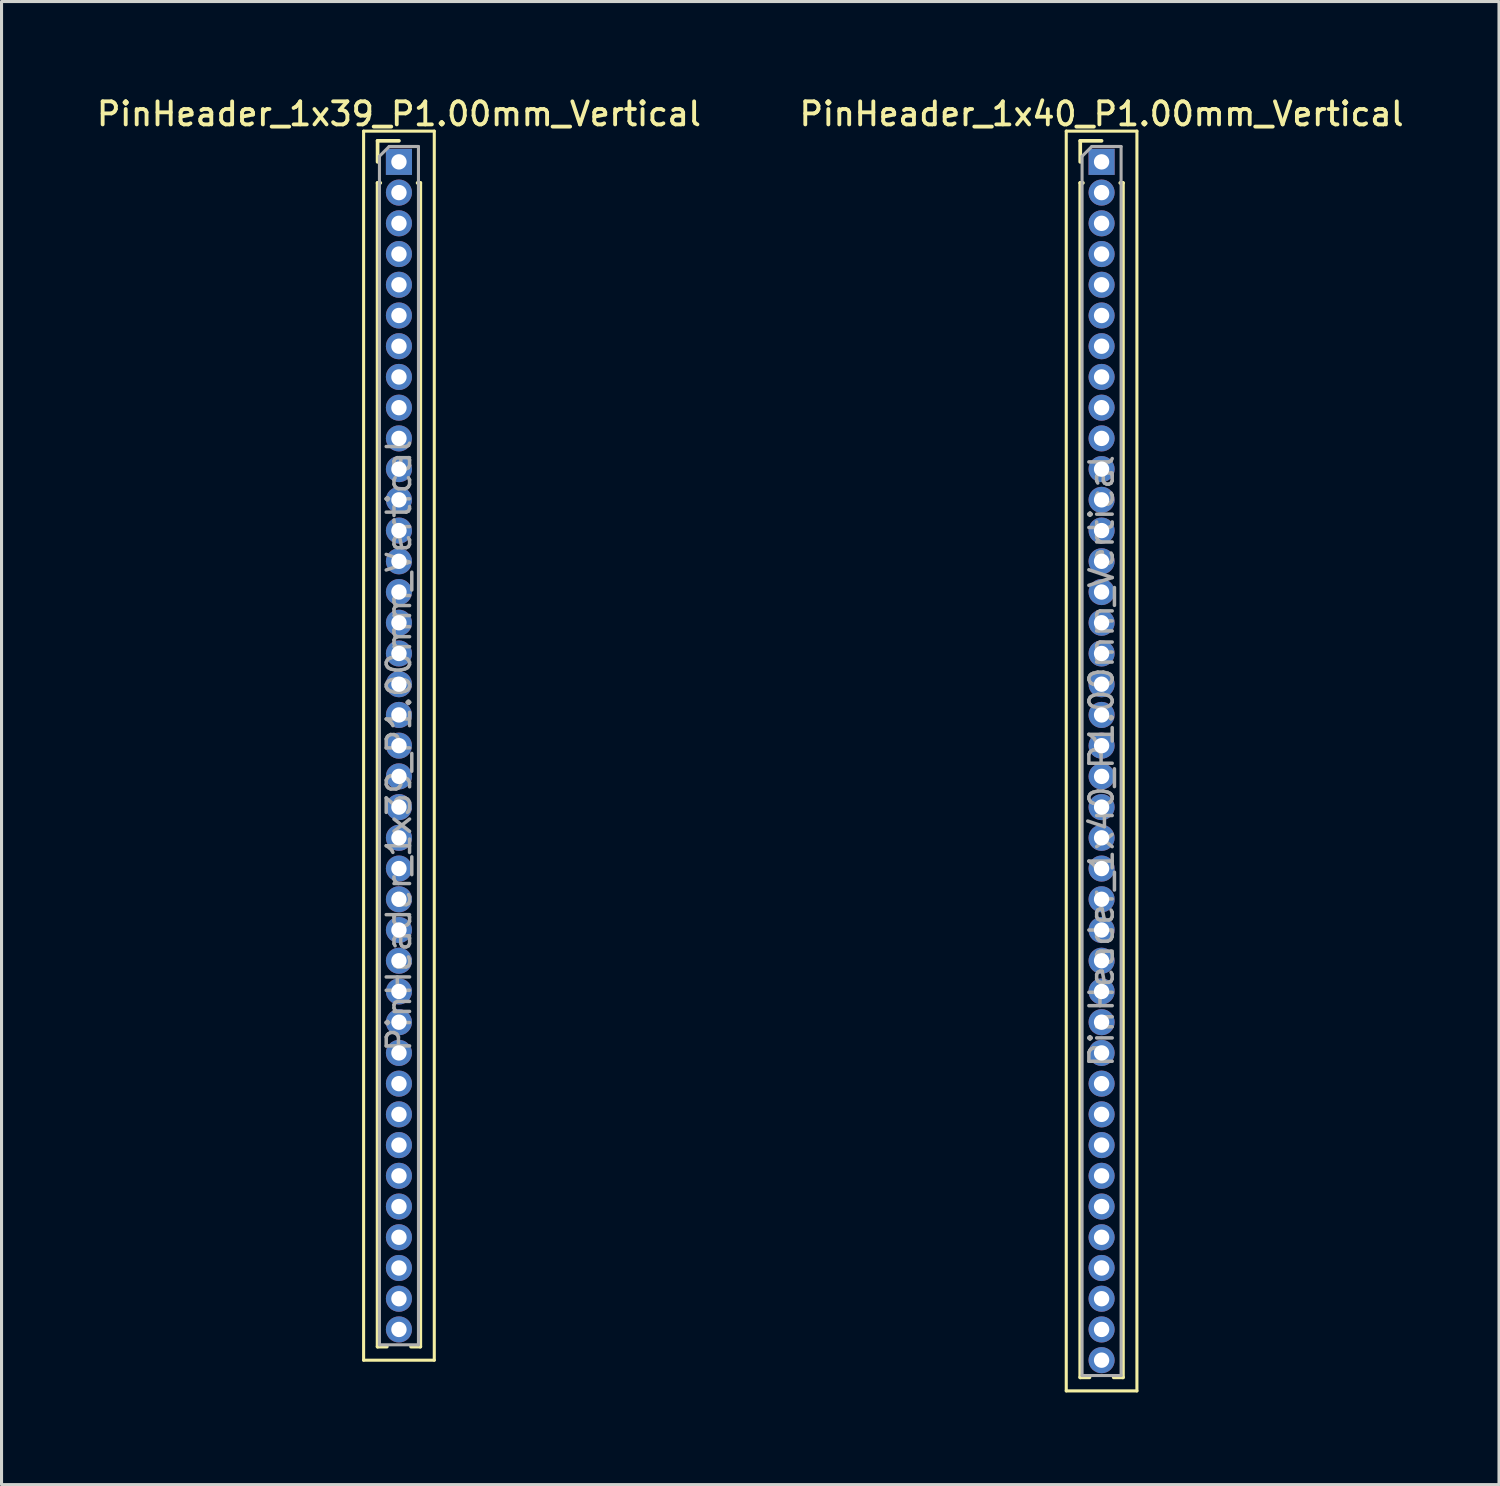
<source format=kicad_pcb>
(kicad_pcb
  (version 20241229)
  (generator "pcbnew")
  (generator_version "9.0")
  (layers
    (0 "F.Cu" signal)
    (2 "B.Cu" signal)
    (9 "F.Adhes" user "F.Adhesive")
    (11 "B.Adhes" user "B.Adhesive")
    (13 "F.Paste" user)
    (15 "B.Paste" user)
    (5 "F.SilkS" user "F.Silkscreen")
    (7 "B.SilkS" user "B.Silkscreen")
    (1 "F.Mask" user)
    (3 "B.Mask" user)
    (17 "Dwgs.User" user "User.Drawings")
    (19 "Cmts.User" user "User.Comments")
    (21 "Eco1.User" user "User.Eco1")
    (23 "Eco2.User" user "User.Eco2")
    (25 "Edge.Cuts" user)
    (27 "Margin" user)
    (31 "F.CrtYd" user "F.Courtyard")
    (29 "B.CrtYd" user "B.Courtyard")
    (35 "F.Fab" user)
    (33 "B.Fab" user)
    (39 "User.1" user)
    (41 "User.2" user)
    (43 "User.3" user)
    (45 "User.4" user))
  (footprint "PinHeader_1x39_P1.00mm_Vertical"
    (layer "F.Cu")
    (at 9.934 2.218)
    (property "Reference" "PinHeader_1x39_P1.00mm_Vertical" (at 0 -1.56 0) (layer "F.SilkS") (effects (font (size 0.75 0.75) (thickness 0.125))))
    (attr through_hole)
    (fp_line (start -1.15 -1) (end -1.15 39) (stroke (width 0.1) (type solid)) (layer "F.SilkS"))
    (fp_line (start -1.15 39) (end 1.15 39) (stroke (width 0.1) (type solid)) (layer "F.SilkS"))
    (fp_line (start -0.695 -0.685) (end 0 -0.685) (stroke (width 0.12) (type solid)) (layer "F.SilkS"))
    (fp_line (start -0.695 0) (end -0.695 -0.685) (stroke (width 0.12) (type solid)) (layer "F.SilkS"))
    (fp_line (start -0.695 0.685) (end -0.695 38.56) (stroke (width 0.12) (type solid)) (layer "F.SilkS"))
    (fp_line (start -0.695 0.685) (end -0.608 0.685) (stroke (width 0.12) (type solid)) (layer "F.SilkS"))
    (fp_line (start -0.695 38.56) (end -0.394 38.56) (stroke (width 0.12) (type solid)) (layer "F.SilkS"))
    (fp_line (start 0.394 38.56) (end 0.695 38.56) (stroke (width 0.12) (type solid)) (layer "F.SilkS"))
    (fp_line (start 0.608 0.685) (end 0.695 0.685) (stroke (width 0.12) (type solid)) (layer "F.SilkS"))
    (fp_line (start 0.695 0.685) (end 0.695 38.56) (stroke (width 0.12) (type solid)) (layer "F.SilkS"))
    (fp_line (start 1.15 -1) (end -1.15 -1) (stroke (width 0.1) (type solid)) (layer "F.SilkS"))
    (fp_line (start 1.15 39) (end 1.15 -1) (stroke (width 0.1) (type solid)) (layer "F.SilkS"))
    (fp_line (start -0.635 -0.182) (end -0.318 -0.5) (stroke (width 0.1) (type solid)) (layer "F.Fab"))
    (fp_line (start -0.635 38.5) (end -0.635 -0.182) (stroke (width 0.1) (type solid)) (layer "F.Fab"))
    (fp_line (start -0.318 -0.5) (end 0.635 -0.5) (stroke (width 0.1) (type solid)) (layer "F.Fab"))
    (fp_line (start 0.635 -0.5) (end 0.635 38.5) (stroke (width 0.1) (type solid)) (layer "F.Fab"))
    (fp_line (start 0.635 38.5) (end -0.635 38.5) (stroke (width 0.1) (type solid)) (layer "F.Fab"))
    (fp_text user "${REFERENCE}" (at 0 19 90) (layer "F.Fab") (effects (font (size 0.76 0.76) (thickness 0.114))))
    (pad "1" thru_hole rect (at 0 0) (size 0.85 0.85) (drill 0.5) (layers "*.Cu" "*.Mask"))
    (pad "2" thru_hole oval (at 0 1) (size 0.85 0.85) (drill 0.5) (layers "*.Cu" "*.Mask"))
    (pad "3" thru_hole oval (at 0 2) (size 0.85 0.85) (drill 0.5) (layers "*.Cu" "*.Mask"))
    (pad "4" thru_hole oval (at 0 3) (size 0.85 0.85) (drill 0.5) (layers "*.Cu" "*.Mask"))
    (pad "5" thru_hole oval (at 0 4) (size 0.85 0.85) (drill 0.5) (layers "*.Cu" "*.Mask"))
    (pad "6" thru_hole oval (at 0 5) (size 0.85 0.85) (drill 0.5) (layers "*.Cu" "*.Mask"))
    (pad "7" thru_hole oval (at 0 6) (size 0.85 0.85) (drill 0.5) (layers "*.Cu" "*.Mask"))
    (pad "8" thru_hole oval (at 0 7) (size 0.85 0.85) (drill 0.5) (layers "*.Cu" "*.Mask"))
    (pad "9" thru_hole oval (at 0 8) (size 0.85 0.85) (drill 0.5) (layers "*.Cu" "*.Mask"))
    (pad "10" thru_hole oval (at 0 9) (size 0.85 0.85) (drill 0.5) (layers "*.Cu" "*.Mask"))
    (pad "11" thru_hole oval (at 0 10) (size 0.85 0.85) (drill 0.5) (layers "*.Cu" "*.Mask"))
    (pad "12" thru_hole oval (at 0 11) (size 0.85 0.85) (drill 0.5) (layers "*.Cu" "*.Mask"))
    (pad "13" thru_hole oval (at 0 12) (size 0.85 0.85) (drill 0.5) (layers "*.Cu" "*.Mask"))
    (pad "14" thru_hole oval (at 0 13) (size 0.85 0.85) (drill 0.5) (layers "*.Cu" "*.Mask"))
    (pad "15" thru_hole oval (at 0 14) (size 0.85 0.85) (drill 0.5) (layers "*.Cu" "*.Mask"))
    (pad "16" thru_hole oval (at 0 15) (size 0.85 0.85) (drill 0.5) (layers "*.Cu" "*.Mask"))
    (pad "17" thru_hole oval (at 0 16) (size 0.85 0.85) (drill 0.5) (layers "*.Cu" "*.Mask"))
    (pad "18" thru_hole oval (at 0 17) (size 0.85 0.85) (drill 0.5) (layers "*.Cu" "*.Mask"))
    (pad "19" thru_hole oval (at 0 18) (size 0.85 0.85) (drill 0.5) (layers "*.Cu" "*.Mask"))
    (pad "20" thru_hole oval (at 0 19) (size 0.85 0.85) (drill 0.5) (layers "*.Cu" "*.Mask"))
    (pad "21" thru_hole oval (at 0 20) (size 0.85 0.85) (drill 0.5) (layers "*.Cu" "*.Mask"))
    (pad "22" thru_hole oval (at 0 21) (size 0.85 0.85) (drill 0.5) (layers "*.Cu" "*.Mask"))
    (pad "23" thru_hole oval (at 0 22) (size 0.85 0.85) (drill 0.5) (layers "*.Cu" "*.Mask"))
    (pad "24" thru_hole oval (at 0 23) (size 0.85 0.85) (drill 0.5) (layers "*.Cu" "*.Mask"))
    (pad "25" thru_hole oval (at 0 24) (size 0.85 0.85) (drill 0.5) (layers "*.Cu" "*.Mask"))
    (pad "26" thru_hole oval (at 0 25) (size 0.85 0.85) (drill 0.5) (layers "*.Cu" "*.Mask"))
    (pad "27" thru_hole oval (at 0 26) (size 0.85 0.85) (drill 0.5) (layers "*.Cu" "*.Mask"))
    (pad "28" thru_hole oval (at 0 27) (size 0.85 0.85) (drill 0.5) (layers "*.Cu" "*.Mask"))
    (pad "29" thru_hole oval (at 0 28) (size 0.85 0.85) (drill 0.5) (layers "*.Cu" "*.Mask"))
    (pad "30" thru_hole oval (at 0 29) (size 0.85 0.85) (drill 0.5) (layers "*.Cu" "*.Mask"))
    (pad "31" thru_hole oval (at 0 30) (size 0.85 0.85) (drill 0.5) (layers "*.Cu" "*.Mask"))
    (pad "32" thru_hole oval (at 0 31) (size 0.85 0.85) (drill 0.5) (layers "*.Cu" "*.Mask"))
    (pad "33" thru_hole oval (at 0 32) (size 0.85 0.85) (drill 0.5) (layers "*.Cu" "*.Mask"))
    (pad "34" thru_hole oval (at 0 33) (size 0.85 0.85) (drill 0.5) (layers "*.Cu" "*.Mask"))
    (pad "35" thru_hole oval (at 0 34) (size 0.85 0.85) (drill 0.5) (layers "*.Cu" "*.Mask"))
    (pad "36" thru_hole oval (at 0 35) (size 0.85 0.85) (drill 0.5) (layers "*.Cu" "*.Mask"))
    (pad "37" thru_hole oval (at 0 36) (size 0.85 0.85) (drill 0.5) (layers "*.Cu" "*.Mask"))
    (pad "38" thru_hole oval (at 0 37) (size 0.85 0.85) (drill 0.5) (layers "*.Cu" "*.Mask"))
    (pad "39" thru_hole oval (at 0 38) (size 0.85 0.85) (drill 0.5) (layers "*.Cu" "*.Mask")))
  (footprint "PinHeader_1x40_P1.00mm_Vertical"
    (layer "F.Cu")
    (at 32.802 2.218)
    (property "Reference" "PinHeader_1x40_P1.00mm_Vertical" (at 0 -1.56 0) (layer "F.SilkS") (effects (font (size 0.75 0.75) (thickness 0.125))))
    (attr through_hole)
    (fp_line (start -1.15 -1) (end -1.15 40) (stroke (width 0.1) (type solid)) (layer "F.SilkS"))
    (fp_line (start -1.15 40) (end 1.15 40) (stroke (width 0.1) (type solid)) (layer "F.SilkS"))
    (fp_line (start -0.695 -0.685) (end 0 -0.685) (stroke (width 0.12) (type solid)) (layer "F.SilkS"))
    (fp_line (start -0.695 0) (end -0.695 -0.685) (stroke (width 0.12) (type solid)) (layer "F.SilkS"))
    (fp_line (start -0.695 0.685) (end -0.695 39.56) (stroke (width 0.12) (type solid)) (layer "F.SilkS"))
    (fp_line (start -0.695 0.685) (end -0.608 0.685) (stroke (width 0.12) (type solid)) (layer "F.SilkS"))
    (fp_line (start -0.695 39.56) (end -0.394 39.56) (stroke (width 0.12) (type solid)) (layer "F.SilkS"))
    (fp_line (start 0.394 39.56) (end 0.695 39.56) (stroke (width 0.12) (type solid)) (layer "F.SilkS"))
    (fp_line (start 0.608 0.685) (end 0.695 0.685) (stroke (width 0.12) (type solid)) (layer "F.SilkS"))
    (fp_line (start 0.695 0.685) (end 0.695 39.56) (stroke (width 0.12) (type solid)) (layer "F.SilkS"))
    (fp_line (start 1.15 -1) (end -1.15 -1) (stroke (width 0.1) (type solid)) (layer "F.SilkS"))
    (fp_line (start 1.15 40) (end 1.15 -1) (stroke (width 0.1) (type solid)) (layer "F.SilkS"))
    (fp_line (start -0.635 -0.182) (end -0.318 -0.5) (stroke (width 0.1) (type solid)) (layer "F.Fab"))
    (fp_line (start -0.635 39.5) (end -0.635 -0.182) (stroke (width 0.1) (type solid)) (layer "F.Fab"))
    (fp_line (start -0.318 -0.5) (end 0.635 -0.5) (stroke (width 0.1) (type solid)) (layer "F.Fab"))
    (fp_line (start 0.635 -0.5) (end 0.635 39.5) (stroke (width 0.1) (type solid)) (layer "F.Fab"))
    (fp_line (start 0.635 39.5) (end -0.635 39.5) (stroke (width 0.1) (type solid)) (layer "F.Fab"))
    (fp_text user "${REFERENCE}" (at 0 19.5 90) (layer "F.Fab") (effects (font (size 0.76 0.76) (thickness 0.114))))
    (pad "1" thru_hole rect (at 0 0) (size 0.85 0.85) (drill 0.5) (layers "*.Cu" "*.Mask"))
    (pad "2" thru_hole oval (at 0 1) (size 0.85 0.85) (drill 0.5) (layers "*.Cu" "*.Mask"))
    (pad "3" thru_hole oval (at 0 2) (size 0.85 0.85) (drill 0.5) (layers "*.Cu" "*.Mask"))
    (pad "4" thru_hole oval (at 0 3) (size 0.85 0.85) (drill 0.5) (layers "*.Cu" "*.Mask"))
    (pad "5" thru_hole oval (at 0 4) (size 0.85 0.85) (drill 0.5) (layers "*.Cu" "*.Mask"))
    (pad "6" thru_hole oval (at 0 5) (size 0.85 0.85) (drill 0.5) (layers "*.Cu" "*.Mask"))
    (pad "7" thru_hole oval (at 0 6) (size 0.85 0.85) (drill 0.5) (layers "*.Cu" "*.Mask"))
    (pad "8" thru_hole oval (at 0 7) (size 0.85 0.85) (drill 0.5) (layers "*.Cu" "*.Mask"))
    (pad "9" thru_hole oval (at 0 8) (size 0.85 0.85) (drill 0.5) (layers "*.Cu" "*.Mask"))
    (pad "10" thru_hole oval (at 0 9) (size 0.85 0.85) (drill 0.5) (layers "*.Cu" "*.Mask"))
    (pad "11" thru_hole oval (at 0 10) (size 0.85 0.85) (drill 0.5) (layers "*.Cu" "*.Mask"))
    (pad "12" thru_hole oval (at 0 11) (size 0.85 0.85) (drill 0.5) (layers "*.Cu" "*.Mask"))
    (pad "13" thru_hole oval (at 0 12) (size 0.85 0.85) (drill 0.5) (layers "*.Cu" "*.Mask"))
    (pad "14" thru_hole oval (at 0 13) (size 0.85 0.85) (drill 0.5) (layers "*.Cu" "*.Mask"))
    (pad "15" thru_hole oval (at 0 14) (size 0.85 0.85) (drill 0.5) (layers "*.Cu" "*.Mask"))
    (pad "16" thru_hole oval (at 0 15) (size 0.85 0.85) (drill 0.5) (layers "*.Cu" "*.Mask"))
    (pad "17" thru_hole oval (at 0 16) (size 0.85 0.85) (drill 0.5) (layers "*.Cu" "*.Mask"))
    (pad "18" thru_hole oval (at 0 17) (size 0.85 0.85) (drill 0.5) (layers "*.Cu" "*.Mask"))
    (pad "19" thru_hole oval (at 0 18) (size 0.85 0.85) (drill 0.5) (layers "*.Cu" "*.Mask"))
    (pad "20" thru_hole oval (at 0 19) (size 0.85 0.85) (drill 0.5) (layers "*.Cu" "*.Mask"))
    (pad "21" thru_hole oval (at 0 20) (size 0.85 0.85) (drill 0.5) (layers "*.Cu" "*.Mask"))
    (pad "22" thru_hole oval (at 0 21) (size 0.85 0.85) (drill 0.5) (layers "*.Cu" "*.Mask"))
    (pad "23" thru_hole oval (at 0 22) (size 0.85 0.85) (drill 0.5) (layers "*.Cu" "*.Mask"))
    (pad "24" thru_hole oval (at 0 23) (size 0.85 0.85) (drill 0.5) (layers "*.Cu" "*.Mask"))
    (pad "25" thru_hole oval (at 0 24) (size 0.85 0.85) (drill 0.5) (layers "*.Cu" "*.Mask"))
    (pad "26" thru_hole oval (at 0 25) (size 0.85 0.85) (drill 0.5) (layers "*.Cu" "*.Mask"))
    (pad "27" thru_hole oval (at 0 26) (size 0.85 0.85) (drill 0.5) (layers "*.Cu" "*.Mask"))
    (pad "28" thru_hole oval (at 0 27) (size 0.85 0.85) (drill 0.5) (layers "*.Cu" "*.Mask"))
    (pad "29" thru_hole oval (at 0 28) (size 0.85 0.85) (drill 0.5) (layers "*.Cu" "*.Mask"))
    (pad "30" thru_hole oval (at 0 29) (size 0.85 0.85) (drill 0.5) (layers "*.Cu" "*.Mask"))
    (pad "31" thru_hole oval (at 0 30) (size 0.85 0.85) (drill 0.5) (layers "*.Cu" "*.Mask"))
    (pad "32" thru_hole oval (at 0 31) (size 0.85 0.85) (drill 0.5) (layers "*.Cu" "*.Mask"))
    (pad "33" thru_hole oval (at 0 32) (size 0.85 0.85) (drill 0.5) (layers "*.Cu" "*.Mask"))
    (pad "34" thru_hole oval (at 0 33) (size 0.85 0.85) (drill 0.5) (layers "*.Cu" "*.Mask"))
    (pad "35" thru_hole oval (at 0 34) (size 0.85 0.85) (drill 0.5) (layers "*.Cu" "*.Mask"))
    (pad "36" thru_hole oval (at 0 35) (size 0.85 0.85) (drill 0.5) (layers "*.Cu" "*.Mask"))
    (pad "37" thru_hole oval (at 0 36) (size 0.85 0.85) (drill 0.5) (layers "*.Cu" "*.Mask"))
    (pad "38" thru_hole oval (at 0 37) (size 0.85 0.85) (drill 0.5) (layers "*.Cu" "*.Mask"))
    (pad "39" thru_hole oval (at 0 38) (size 0.85 0.85) (drill 0.5) (layers "*.Cu" "*.Mask"))
    (pad "40" thru_hole oval (at 0 39) (size 0.85 0.85) (drill 0.5) (layers "*.Cu" "*.Mask")))
  (gr_rect
    (start -3 -3)
    (end 45.736 45.268)
    (stroke (width 0.1) (type default))
    (fill no)
    (layer "Edge.Cuts")))
</source>
